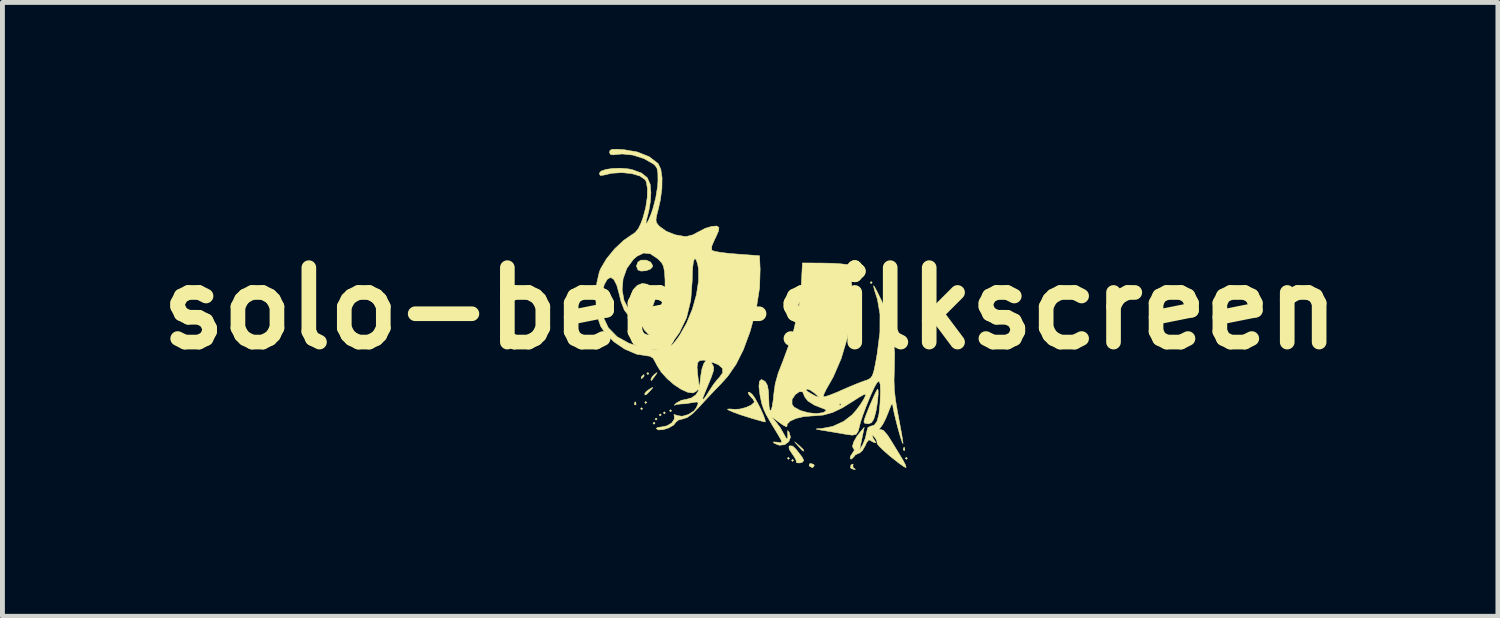
<source format=kicad_pcb>
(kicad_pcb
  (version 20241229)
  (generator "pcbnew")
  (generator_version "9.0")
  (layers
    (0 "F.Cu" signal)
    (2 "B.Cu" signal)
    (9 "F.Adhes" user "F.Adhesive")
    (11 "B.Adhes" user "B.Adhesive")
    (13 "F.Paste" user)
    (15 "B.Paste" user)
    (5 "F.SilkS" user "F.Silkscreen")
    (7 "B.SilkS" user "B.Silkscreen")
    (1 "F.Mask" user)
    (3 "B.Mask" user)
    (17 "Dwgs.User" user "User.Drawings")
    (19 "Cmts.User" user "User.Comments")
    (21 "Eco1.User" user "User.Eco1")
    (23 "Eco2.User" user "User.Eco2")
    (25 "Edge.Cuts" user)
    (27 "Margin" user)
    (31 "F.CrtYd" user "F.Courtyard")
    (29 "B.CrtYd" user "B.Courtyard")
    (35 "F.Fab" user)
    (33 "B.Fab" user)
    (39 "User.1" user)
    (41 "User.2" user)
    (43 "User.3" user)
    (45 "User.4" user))
  (footprint "solo-bee-silkscreen"
    (layer "F.Cu")
    (at 12.308 3.264)
    (property "Reference" "solo-bee-silkscreen" (at 0 0 0) (layer "F.SilkS") (effects (font (size 1.524 1.524) (thickness 0.3))))
    (attr through_hole)
    (fp_poly (pts (xy -2.201 2.053) (xy -2.223 2.074) (xy -2.244 2.053) (xy -2.223 2.032) (xy -2.201 2.053)) (stroke (width 0.01) (type solid)) (fill yes) (layer "F.SilkS"))
    (fp_poly (pts (xy -2.117 1.926) (xy -2.138 1.947) (xy -2.159 1.926) (xy -2.138 1.905) (xy -2.117 1.926)) (stroke (width 0.01) (type solid)) (fill yes) (layer "F.SilkS"))
    (fp_poly (pts (xy -2.074 1.333) (xy -2.095 1.355) (xy -2.117 1.333) (xy -2.095 1.312) (xy -2.074 1.333)) (stroke (width 0.01) (type solid)) (fill yes) (layer "F.SilkS"))
    (fp_poly (pts (xy -1.947 2.349) (xy -1.968 2.371) (xy -1.99 2.349) (xy -1.968 2.328) (xy -1.947 2.349)) (stroke (width 0.01) (type solid)) (fill yes) (layer "F.SilkS"))
    (fp_poly (pts (xy -1.905 2.265) (xy -1.926 2.286) (xy -1.947 2.265) (xy -1.926 2.244) (xy -1.905 2.265)) (stroke (width 0.01) (type solid)) (fill yes) (layer "F.SilkS"))
    (fp_poly (pts (xy -1.82 2.18) (xy -1.841 2.201) (xy -1.863 2.18) (xy -1.841 2.159) (xy -1.82 2.18)) (stroke (width 0.01) (type solid)) (fill yes) (layer "F.SilkS"))
    (fp_poly (pts (xy -1.736 2.138) (xy -1.757 2.159) (xy -1.778 2.138) (xy -1.757 2.117) (xy -1.736 2.138)) (stroke (width 0.01) (type solid)) (fill yes) (layer "F.SilkS"))
    (fp_poly (pts (xy -1.609 2.095) (xy -1.63 2.117) (xy -1.651 2.095) (xy -1.63 2.074) (xy -1.609 2.095)) (stroke (width 0.01) (type solid)) (fill yes) (layer "F.SilkS"))
    (fp_poly (pts (xy 0.804 3.069) (xy 0.783 3.09) (xy 0.762 3.069) (xy 0.783 3.048) (xy 0.804 3.069)) (stroke (width 0.01) (type solid)) (fill yes) (layer "F.SilkS"))
    (fp_poly (pts (xy 0.889 3.111) (xy 0.868 3.133) (xy 0.847 3.111) (xy 0.868 3.09) (xy 0.889 3.111)) (stroke (width 0.01) (type solid)) (fill yes) (layer "F.SilkS"))
    (fp_poly (pts (xy 2.498 -0.529) (xy 2.477 -0.508) (xy 2.455 -0.529) (xy 2.477 -0.55) (xy 2.498 -0.529)) (stroke (width 0.01) (type solid)) (fill yes) (layer "F.SilkS"))
    (fp_poly (pts (xy 3.217 3.069) (xy 3.196 3.09) (xy 3.175 3.069) (xy 3.196 3.048) (xy 3.217 3.069)) (stroke (width 0.01) (type solid)) (fill yes) (layer "F.SilkS"))
    (fp_poly (pts (xy -2.342 1.919) (xy -2.337 1.969) (xy -2.342 1.976) (xy -2.368 1.97) (xy -2.371 1.947) (xy -2.355 1.912) (xy -2.342 1.919)) (stroke (width 0.01) (type solid)) (fill yes) (layer "F.SilkS"))
    (fp_poly (pts (xy 3.161 2.85) (xy 3.166 2.901) (xy 3.161 2.907) (xy 3.136 2.901) (xy 3.133 2.879) (xy 3.148 2.844) (xy 3.161 2.85)) (stroke (width 0.01) (type solid)) (fill yes) (layer "F.SilkS"))
    (fp_poly (pts (xy 1.005 2.811) (xy 1.085 2.886) (xy 1.097 2.919) (xy 1.086 2.921) (xy 1.051 2.892) (xy 0.991 2.826) (xy 0.91 2.731) (xy 1.005 2.811)) (stroke (width 0.01) (type solid)) (fill yes) (layer "F.SilkS"))
    (fp_poly (pts (xy -2.172 1.382) (xy -2.18 1.397) (xy -2.22 1.437) (xy -2.227 1.439) (xy -2.23 1.412) (xy -2.223 1.397) (xy -2.183 1.357) (xy -2.175 1.355) (xy -2.172 1.382)) (stroke (width 0.01) (type solid)) (fill yes) (layer "F.SilkS"))
    (fp_poly (pts (xy -1.997 1.628) (xy -2.049 1.687) (xy -2.121 1.761) (xy -2.153 1.773) (xy -2.159 1.746) (xy -2.127 1.702) (xy -2.064 1.655) (xy -1.999 1.617) (xy -1.997 1.628)) (stroke (width 0.01) (type solid)) (fill yes) (layer "F.SilkS"))
    (fp_poly (pts (xy 1.304 3.197) (xy 1.312 3.217) (xy 1.282 3.258) (xy 1.272 3.26) (xy 1.215 3.229) (xy 1.206 3.217) (xy 1.216 3.181) (xy 1.246 3.175) (xy 1.304 3.197)) (stroke (width 0.01) (type solid)) (fill yes) (layer "F.SilkS"))
    (fp_poly (pts (xy -1.915 1.333) (xy -1.946 1.376) (xy -1.998 1.447) (xy -2.02 1.478) (xy -2.031 1.464) (xy -2.032 1.452) (xy -2.002 1.393) (xy -1.958 1.349) (xy -1.908 1.313) (xy -1.915 1.333)) (stroke (width 0.01) (type solid)) (fill yes) (layer "F.SilkS"))
    (fp_poly (pts (xy 2.102 3.207) (xy 2.107 3.26) (xy 2.127 3.274) (xy 2.155 3.293) (xy 2.13 3.299) (xy 2.064 3.274) (xy 2.055 3.263) (xy 2.062 3.209) (xy 2.08 3.193) (xy 2.11 3.187) (xy 2.102 3.207)) (stroke (width 0.01) (type solid)) (fill yes) (layer "F.SilkS"))
    (fp_poly (pts (xy -2.038 -0.948) (xy -1.997 -0.878) (xy -1.998 -0.854) (xy -2.044 -0.804) (xy -2.136 -0.771) (xy -2.235 -0.764) (xy -2.298 -0.788) (xy -2.329 -0.868) (xy -2.298 -0.949) (xy -2.237 -0.988) (xy -2.127 -0.989) (xy -2.038 -0.948)) (stroke (width 0.01) (type solid)) (fill yes) (layer "F.SilkS"))
    (fp_poly (pts (xy -2.102 -0.495) (xy -2.017 -0.431) (xy -1.954 -0.31) (xy -1.95 -0.174) (xy -1.995 -0.047) (xy -2.081 0.047) (xy -2.2 0.085) (xy -2.201 0.085) (xy -2.331 0.047) (xy -2.389 -0.009) (xy -2.445 -0.14) (xy -2.442 -0.27) (xy -2.394 -0.385) (xy -2.313 -0.47) (xy -2.211 -0.511) (xy -2.102 -0.495)) (stroke (width 0.01) (type solid)) (fill yes) (layer "F.SilkS"))
    (fp_poly (pts (xy 0.871 2.819) (xy 0.938 2.883) (xy 1.009 2.974) (xy 1.058 3.036) (xy 1.098 3.112) (xy 1.061 3.155) (xy 1.011 3.164) (xy 0.95 3.16) (xy 0.946 3.146) (xy 0.938 3.101) (xy 0.889 3.017) (xy 0.864 2.983) (xy 0.799 2.883) (xy 0.794 2.827) (xy 0.809 2.812) (xy 0.871 2.819)) (stroke (width 0.01) (type solid)) (fill yes) (layer "F.SilkS"))
    (fp_poly (pts (xy 2.62 1.682) (xy 2.62 1.757) (xy 2.608 1.904) (xy 2.581 2.076) (xy 2.568 2.138) (xy 2.529 2.27) (xy 2.484 2.338) (xy 2.423 2.363) (xy 2.346 2.353) (xy 2.328 2.32) (xy 2.344 2.258) (xy 2.388 2.14) (xy 2.449 1.988) (xy 2.476 1.926) (xy 2.546 1.767) (xy 2.59 1.678) (xy 2.612 1.652) (xy 2.62 1.682)) (stroke (width 0.01) (type solid)) (fill yes) (layer "F.SilkS"))
    (fp_poly (pts (xy 0.039 1.758) (xy 0.09 1.827) (xy 0.152 1.935) (xy 0.215 2.059) (xy 0.268 2.179) (xy 0.303 2.274) (xy 0.31 2.323) (xy 0.305 2.325) (xy 0.251 2.312) (xy 0.142 2.282) (xy 0.021 2.247) (xy -0.173 2.186) (xy -0.328 2.131) (xy -0.431 2.088) (xy -0.466 2.063) (xy -0.429 2.058) (xy -0.339 2.064) (xy -0.323 2.066) (xy -0.211 2.06) (xy -0.088 2.028) (xy 0.019 1.98) (xy 0.079 1.927) (xy 0.085 1.909) (xy 0.056 1.855) (xy 0.021 1.82) (xy -0.032 1.754) (xy -0.042 1.721) (xy -0.018 1.713) (xy 0.039 1.758)) (stroke (width 0.01) (type solid)) (fill yes) (layer "F.SilkS"))
    (fp_poly (pts (xy 1.498 -0.928) (xy 1.689 -0.924) (xy 1.854 -0.913) (xy 1.972 -0.899) (xy 2.011 -0.889) (xy 2.057 -0.86) (xy 2.044 -0.85) (xy 2.013 -0.829) (xy 2.028 -0.76) (xy 2.04 -0.73) (xy 2.061 -0.635) (xy 2.079 -0.483) (xy 2.088 -0.301) (xy 2.089 -0.233) (xy 2.063 0.186) (xy 1.986 0.614) (xy 1.864 1.025) (xy 1.705 1.394) (xy 1.625 1.537) (xy 1.552 1.664) (xy 1.507 1.761) (xy 1.497 1.808) (xy 1.498 1.808) (xy 1.545 1.803) (xy 1.649 1.768) (xy 1.791 1.711) (xy 1.851 1.684) (xy 2.026 1.607) (xy 2.191 1.539) (xy 2.318 1.491) (xy 2.337 1.485) (xy 2.411 1.459) (xy 2.464 1.427) (xy 2.502 1.374) (xy 2.532 1.284) (xy 2.562 1.143) (xy 2.599 0.935) (xy 2.602 0.915) (xy 2.656 0.485) (xy 2.657 0.117) (xy 2.605 -0.187) (xy 2.587 -0.243) (xy 2.548 -0.364) (xy 2.528 -0.445) (xy 2.528 -0.466) (xy 2.552 -0.43) (xy 2.603 -0.334) (xy 2.671 -0.196) (xy 2.709 -0.116) (xy 2.843 0.218) (xy 2.924 0.551) (xy 2.957 0.91) (xy 2.952 1.244) (xy 2.945 1.469) (xy 2.952 1.67) (xy 2.976 1.881) (xy 3.019 2.134) (xy 3.031 2.194) (xy 3.069 2.397) (xy 3.101 2.571) (xy 3.122 2.7) (xy 3.13 2.764) (xy 3.13 2.766) (xy 3.119 2.758) (xy 3.093 2.687) (xy 3.058 2.571) (xy 3.019 2.429) (xy 2.981 2.28) (xy 2.948 2.143) (xy 2.926 2.036) (xy 2.92 1.99) (xy 2.91 1.95) (xy 2.884 1.984) (xy 2.84 2.094) (xy 2.833 2.113) (xy 2.775 2.255) (xy 2.714 2.374) (xy 2.68 2.422) (xy 2.638 2.476) (xy 2.659 2.482) (xy 2.67 2.478) (xy 2.728 2.497) (xy 2.811 2.593) (xy 2.879 2.697) (xy 2.974 2.853) (xy 3.068 3.007) (xy 3.124 3.1) (xy 3.175 3.195) (xy 3.192 3.252) (xy 3.186 3.26) (xy 3.139 3.234) (xy 3.044 3.167) (xy 2.919 3.069) (xy 2.864 3.025) (xy 2.739 2.917) (xy 2.646 2.827) (xy 2.6 2.771) (xy 2.598 2.76) (xy 2.591 2.706) (xy 2.557 2.648) (xy 2.513 2.601) (xy 2.498 2.608) (xy 2.525 2.672) (xy 2.548 2.701) (xy 2.572 2.743) (xy 2.557 2.752) (xy 2.492 2.725) (xy 2.467 2.704) (xy 2.426 2.693) (xy 2.382 2.75) (xy 2.355 2.81) (xy 2.299 2.908) (xy 2.24 2.96) (xy 2.227 2.963) (xy 2.155 2.997) (xy 2.122 3.037) (xy 2.076 3.084) (xy 2.05 3.08) (xy 2.051 3.029) (xy 2.091 2.968) (xy 2.134 2.899) (xy 2.117 2.872) (xy 2.093 2.826) (xy 2.118 2.736) (xy 2.183 2.621) (xy 2.245 2.54) (xy 2.335 2.434) (xy 2.311 2.551) (xy 2.282 2.688) (xy 2.263 2.783) (xy 2.239 2.9) (xy 2.307 2.783) (xy 2.36 2.654) (xy 2.383 2.539) (xy 2.41 2.439) (xy 2.461 2.413) (xy 2.541 2.389) (xy 2.598 2.309) (xy 2.636 2.165) (xy 2.658 1.947) (xy 2.659 1.925) (xy 2.667 1.698) (xy 2.662 1.555) (xy 2.641 1.493) (xy 2.603 1.511) (xy 2.544 1.61) (xy 2.463 1.786) (xy 2.449 1.82) (xy 2.373 2.008) (xy 2.307 2.183) (xy 2.261 2.321) (xy 2.247 2.374) (xy 2.213 2.51) (xy 2.169 2.578) (xy 2.091 2.595) (xy 1.959 2.577) (xy 1.792 2.548) (xy 1.602 2.516) (xy 1.524 2.503) (xy 1.397 2.482) (xy 1.349 2.47) (xy 1.374 2.463) (xy 1.46 2.459) (xy 1.688 2.416) (xy 1.913 2.313) (xy 2.085 2.18) (xy 2.173 2.081) (xy 2.257 1.967) (xy 2.325 1.86) (xy 2.362 1.782) (xy 2.363 1.756) (xy 2.321 1.768) (xy 2.231 1.818) (xy 2.121 1.889) (xy 1.885 2.036) (xy 1.685 2.131) (xy 1.498 2.183) (xy 1.299 2.2) (xy 1.28 2.2) (xy 1.096 2.215) (xy 0.937 2.253) (xy 0.818 2.307) (xy 0.756 2.371) (xy 0.755 2.412) (xy 0.736 2.422) (xy 0.669 2.386) (xy 0.588 2.329) (xy 0.486 2.251) (xy 0.445 2.224) (xy 0.458 2.245) (xy 0.516 2.31) (xy 0.612 2.436) (xy 0.69 2.573) (xy 0.695 2.582) (xy 0.739 2.663) (xy 0.765 2.663) (xy 0.769 2.583) (xy 0.765 2.54) (xy 0.768 2.5) (xy 0.797 2.534) (xy 0.826 2.636) (xy 0.79 2.728) (xy 0.707 2.79) (xy 0.598 2.801) (xy 0.561 2.79) (xy 0.479 2.752) (xy 0.479 2.733) (xy 0.559 2.739) (xy 0.573 2.742) (xy 0.626 2.749) (xy 0.647 2.737) (xy 0.632 2.691) (xy 0.577 2.595) (xy 0.52 2.501) (xy 0.405 2.311) (xy 0.326 2.171) (xy 0.274 2.059) (xy 0.239 1.953) (xy 0.212 1.831) (xy 0.201 1.776) (xy 0.179 1.6) (xy 0.189 1.491) (xy 0.231 1.454) (xy 0.301 1.493) (xy 0.312 1.503) (xy 0.354 1.578) (xy 0.376 1.706) (xy 0.381 1.853) (xy 0.387 2.009) (xy 0.404 2.085) (xy 0.426 2.085) (xy 0.45 2.013) (xy 0.472 1.872) (xy 0.473 1.863) (xy 0.857 1.863) (xy 0.857 1.964) (xy 0.9 2.021) (xy 1.027 2.09) (xy 1.189 2.136) (xy 1.352 2.152) (xy 1.485 2.135) (xy 1.523 2.118) (xy 1.558 2.084) (xy 1.518 2.058) (xy 1.502 2.053) (xy 1.318 1.981) (xy 1.297 1.968) (xy 1.82 1.968) (xy 1.841 1.99) (xy 1.863 1.968) (xy 1.841 1.947) (xy 1.82 1.968) (xy 1.297 1.968) (xy 1.183 1.896) (xy 1.114 1.809) (xy 1.108 1.789) (xy 1.074 1.708) (xy 1.007 1.705) (xy 0.924 1.763) (xy 0.857 1.863) (xy 0.473 1.863) (xy 0.483 1.757) (xy 0.495 1.671) (xy 1.143 1.671) (xy 1.176 1.701) (xy 1.251 1.748) (xy 1.334 1.793) (xy 1.393 1.817) (xy 1.397 1.817) (xy 1.384 1.794) (xy 1.323 1.739) (xy 1.318 1.734) (xy 1.225 1.67) (xy 1.161 1.65) (xy 1.143 1.671) (xy 0.495 1.671) (xy 0.513 1.542) (xy 0.575 1.321) (xy 0.67 1.079) (xy 0.871 0.535) (xy 0.996 -0.005) (xy 1.046 -0.476) (xy 1.07 -0.931) (xy 1.498 -0.928)) (stroke (width 0.01) (type solid)) (fill yes) (layer "F.SilkS"))
    (fp_poly (pts (xy -2.593 -3.251) (xy -2.309 -3.202) (xy -2.068 -3.106) (xy -1.887 -2.967) (xy -1.884 -2.963) (xy -1.83 -2.851) (xy -1.804 -2.677) (xy -1.807 -2.46) (xy -1.839 -2.218) (xy -1.879 -2.042) (xy -1.916 -1.898) (xy -1.929 -1.811) (xy -1.917 -1.753) (xy -1.877 -1.701) (xy -1.853 -1.677) (xy -1.718 -1.58) (xy -1.538 -1.508) (xy -1.354 -1.475) (xy -1.296 -1.475) (xy -1.175 -1.506) (xy -1.054 -1.57) (xy -1.053 -1.57) (xy -0.922 -1.639) (xy -0.784 -1.68) (xy -0.684 -1.687) (xy -0.64 -1.657) (xy -0.649 -1.582) (xy -0.708 -1.45) (xy -0.729 -1.409) (xy -0.788 -1.272) (xy -0.787 -1.194) (xy -0.782 -1.188) (xy -0.724 -1.168) (xy -0.601 -1.146) (xy -0.432 -1.126) (xy -0.274 -1.113) (xy 0.191 -1.079) (xy 0.204 -0.804) (xy 0.193 -0.428) (xy 0.127 -0.008) (xy 0.008 0.44) (xy -0.007 0.487) (xy -0.141 0.849) (xy -0.289 1.144) (xy -0.46 1.391) (xy -0.599 1.545) (xy -0.741 1.691) (xy -0.902 1.862) (xy -1.03 2.002) (xy -1.172 2.148) (xy -1.284 2.231) (xy -1.374 2.261) (xy -1.468 2.285) (xy -1.515 2.323) (xy -1.569 2.389) (xy -1.666 2.445) (xy -1.778 2.481) (xy -1.874 2.488) (xy -1.922 2.462) (xy -1.902 2.438) (xy -1.822 2.427) (xy -1.819 2.427) (xy -1.701 2.403) (xy -1.604 2.343) (xy -1.553 2.265) (xy -1.554 2.214) (xy -1.56 2.171) (xy -1.513 2.185) (xy -1.498 2.193) (xy -1.392 2.208) (xy -1.265 2.172) (xy -1.153 2.1) (xy -1.104 2.038) (xy -1.065 1.949) (xy -1.082 1.915) (xy -1.167 1.924) (xy -1.196 1.93) (xy -1.318 1.951) (xy -1.416 1.956) (xy -1.509 1.966) (xy -1.545 1.981) (xy -1.554 1.98) (xy -1.511 1.937) (xy -1.406 1.88) (xy -1.314 1.863) (xy -1.249 1.846) (xy -0.974 1.846) (xy -0.957 1.861) (xy -0.907 1.8) (xy -0.834 1.683) (xy -0.752 1.557) (xy -0.668 1.451) (xy -0.639 1.422) (xy -0.563 1.319) (xy -0.567 1.226) (xy -0.651 1.153) (xy -0.658 1.15) (xy -0.76 1.108) (xy -0.795 1.11) (xy -0.77 1.155) (xy -0.765 1.161) (xy -0.746 1.21) (xy -0.756 1.29) (xy -0.8 1.417) (xy -0.844 1.525) (xy -0.905 1.671) (xy -0.951 1.783) (xy -0.973 1.842) (xy -0.974 1.846) (xy -1.249 1.846) (xy -1.208 1.835) (xy -1.113 1.77) (xy -1.061 1.689) (xy -1.059 1.669) (xy -1.077 1.664) (xy -1.098 1.69) (xy -1.168 1.731) (xy -1.278 1.717) (xy -1.412 1.657) (xy -1.558 1.561) (xy -1.699 1.439) (xy -1.823 1.302) (xy -1.885 1.203) (xy -1.087 1.203) (xy -1.074 1.359) (xy -1.071 1.384) (xy -1.04 1.63) (xy -1.012 1.381) (xy -0.988 1.241) (xy -0.953 1.136) (xy -0.926 1.096) (xy -0.901 1.068) (xy -0.954 1.059) (xy -0.961 1.059) (xy -1.036 1.069) (xy -1.076 1.112) (xy -1.087 1.203) (xy -1.885 1.203) (xy -1.913 1.158) (xy -1.926 1.13) (xy -1.986 1.02) (xy -2.057 0.977) (xy -2.091 0.974) (xy -2.324 0.937) (xy -2.564 0.835) (xy -2.788 0.684) (xy -2.972 0.499) (xy -3.06 0.366) (xy -3.121 0.191) (xy -3.154 -0.036) (xy -3.156 -0.106) (xy -3.048 -0.106) (xy -3.012 0.167) (xy -2.904 0.396) (xy -2.724 0.58) (xy -2.475 0.717) (xy -2.18 0.803) (xy -2.038 0.83) (xy -1.947 0.839) (xy -1.876 0.83) (xy -1.796 0.802) (xy -1.791 0.801) (xy -1.672 0.755) (xy -1.68 0.751) (xy -1.624 0.751) (xy -1.621 0.762) (xy -1.581 0.73) (xy -1.512 0.646) (xy -1.447 0.556) (xy -1.302 0.302) (xy -1.184 0.016) (xy -1.101 -0.279) (xy -1.057 -0.561) (xy -1.058 -0.809) (xy -1.075 -0.906) (xy -1.108 -1.002) (xy -1.137 -1.019) (xy -1.161 -0.961) (xy -1.178 -0.832) (xy -1.186 -0.637) (xy -1.186 -0.582) (xy -1.216 -0.168) (xy -1.303 0.191) (xy -1.447 0.491) (xy -1.524 0.599) (xy -1.593 0.692) (xy -1.624 0.751) (xy -1.68 0.751) (xy -1.915 0.631) (xy -2.083 0.529) (xy -2.171 0.437) (xy -2.182 0.408) (xy -2.239 0.32) (xy -2.346 0.243) (xy -2.35 0.241) (xy -2.483 0.155) (xy -2.577 0.033) (xy -2.645 -0.143) (xy -2.678 -0.28) (xy -2.705 -0.379) (xy -2.621 -0.379) (xy -2.583 -0.164) (xy -2.487 0.022) (xy -2.391 0.12) (xy -2.275 0.192) (xy -2.169 0.203) (xy -2.044 0.153) (xy -1.998 0.126) (xy -1.864 0.009) (xy -1.78 -0.155) (xy -1.743 -0.376) (xy -1.743 -0.585) (xy -1.754 -0.75) (xy -1.773 -0.857) (xy -1.81 -0.931) (xy -1.872 -0.998) (xy -1.896 -1.02) (xy -2.043 -1.118) (xy -2.18 -1.134) (xy -2.318 -1.068) (xy -2.392 -1.003) (xy -2.526 -0.819) (xy -2.602 -0.604) (xy -2.621 -0.379) (xy -2.705 -0.379) (xy -2.731 -0.475) (xy -2.792 -0.594) (xy -2.858 -0.635) (xy -2.926 -0.596) (xy -2.987 -0.488) (xy -3.022 -0.359) (xy -3.044 -0.194) (xy -3.048 -0.106) (xy -3.156 -0.106) (xy -3.16 -0.286) (xy -3.138 -0.531) (xy -3.089 -0.744) (xy -3.062 -0.812) (xy -2.942 -1.015) (xy -2.776 -1.218) (xy -2.591 -1.392) (xy -2.45 -1.49) (xy -2.356 -1.553) (xy -2.29 -1.631) (xy -2.233 -1.75) (xy -2.194 -1.859) (xy -2.138 -2.068) (xy -2.107 -2.273) (xy -2.103 -2.454) (xy -2.126 -2.589) (xy -2.151 -2.636) (xy -2.261 -2.712) (xy -2.428 -2.761) (xy -2.628 -2.78) (xy -2.836 -2.767) (xy -2.995 -2.73) (xy -3.069 -2.721) (xy -3.09 -2.765) (xy -3.09 -2.765) (xy -3.052 -2.811) (xy -2.951 -2.846) (xy -2.809 -2.866) (xy -2.647 -2.87) (xy -2.488 -2.856) (xy -2.414 -2.84) (xy -2.225 -2.771) (xy -2.107 -2.676) (xy -2.047 -2.54) (xy -2.032 -2.37) (xy -2.043 -2.191) (xy -2.073 -2.008) (xy -2.091 -1.933) (xy -2.126 -1.801) (xy -2.132 -1.741) (xy -2.114 -1.747) (xy -2.078 -1.813) (xy -2.029 -1.932) (xy -1.991 -2.043) (xy -1.932 -2.27) (xy -1.895 -2.502) (xy -1.888 -2.616) (xy -1.89 -2.769) (xy -1.905 -2.862) (xy -1.943 -2.923) (xy -1.984 -2.959) (xy -2.176 -3.068) (xy -2.399 -3.139) (xy -2.616 -3.162) (xy -2.689 -3.156) (xy -2.807 -3.143) (xy -2.863 -3.154) (xy -2.879 -3.193) (xy -2.879 -3.199) (xy -2.868 -3.237) (xy -2.825 -3.256) (xy -2.732 -3.259) (xy -2.593 -3.251)) (stroke (width 0.01) (type solid)) (fill yes) (layer "F.SilkS")))
  (gr_rect
    (start -3 -3)
    (end 27.616 9.567)
    (stroke (width 0.1) (type default))
    (fill no)
    (layer "Edge.Cuts")))
</source>
